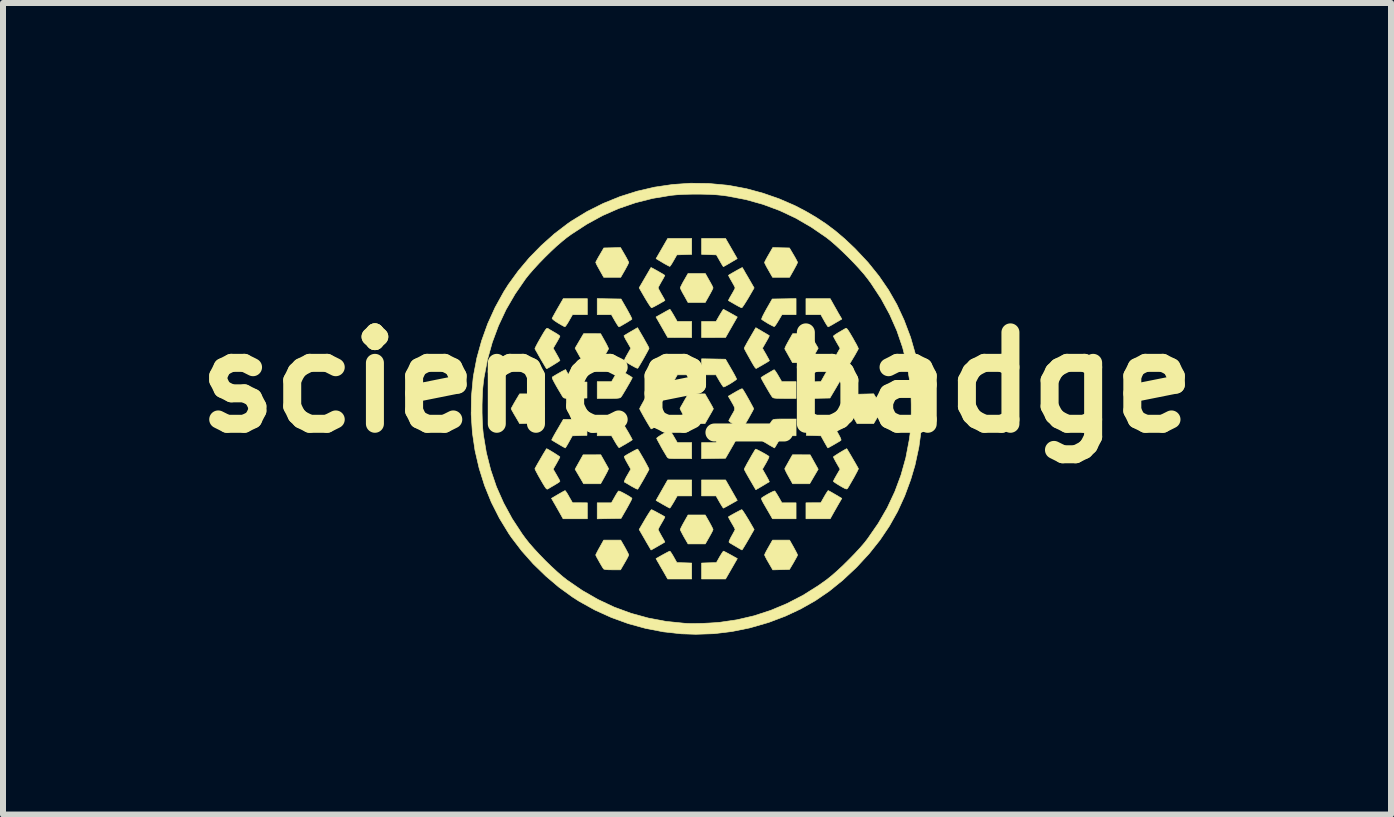
<source format=kicad_pcb>
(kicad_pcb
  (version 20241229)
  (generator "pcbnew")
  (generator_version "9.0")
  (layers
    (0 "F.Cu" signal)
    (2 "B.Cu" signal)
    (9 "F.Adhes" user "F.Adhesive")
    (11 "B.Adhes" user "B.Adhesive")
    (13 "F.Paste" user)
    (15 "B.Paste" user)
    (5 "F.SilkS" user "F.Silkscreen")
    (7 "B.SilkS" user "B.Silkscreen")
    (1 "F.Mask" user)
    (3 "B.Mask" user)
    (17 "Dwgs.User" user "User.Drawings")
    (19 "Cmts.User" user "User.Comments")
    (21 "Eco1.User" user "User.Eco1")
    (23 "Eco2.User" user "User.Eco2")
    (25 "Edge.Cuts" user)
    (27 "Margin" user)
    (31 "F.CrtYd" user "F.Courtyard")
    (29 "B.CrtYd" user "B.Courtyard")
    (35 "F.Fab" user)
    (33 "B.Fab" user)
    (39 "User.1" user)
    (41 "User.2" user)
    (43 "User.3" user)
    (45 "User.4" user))
  (footprint "science_badge"
    (layer "F.Cu")
    (at 8.571 3.326)
    (property "Reference" "science_badge" (at 0 0 0) (layer "F.SilkS") (effects (font (size 1.524 1.524) (thickness 0.3))))
    (attr through_hole)
    (fp_poly (pts (xy -0.444 -1.209) (xy -0.426 -1.181) (xy -0.402 -1.142) (xy -0.388 -1.118) (xy -0.33 -1.016) (xy -0.089 -1.016) (xy -0.089 -0.749) (xy -0.489 -0.75) (xy -0.586 -0.92) (xy -0.684 -1.091) (xy -0.57 -1.155) (xy -0.523 -1.182) (xy -0.484 -1.203) (xy -0.459 -1.216) (xy -0.452 -1.219) (xy -0.444 -1.209)) (stroke (width 0.01) (type solid)) (fill yes) (layer "F.SilkS"))
    (fp_poly (pts (xy -0.089 1.892) (xy -0.33 1.892) (xy -0.388 1.994) (xy -0.415 2.038) (xy -0.437 2.073) (xy -0.451 2.092) (xy -0.455 2.095) (xy -0.469 2.088) (xy -0.5 2.072) (xy -0.542 2.048) (xy -0.573 2.031) (xy -0.683 1.967) (xy -0.586 1.796) (xy -0.489 1.626) (xy -0.089 1.626) (xy -0.089 1.892)) (stroke (width 0.01) (type solid)) (fill yes) (layer "F.SilkS"))
    (fp_poly (pts (xy 0.276 1.626) (xy 0.476 1.626) (xy 0.574 1.797) (xy 0.671 1.967) (xy 0.558 2.031) (xy 0.51 2.058) (xy 0.471 2.079) (xy 0.446 2.093) (xy 0.439 2.095) (xy 0.431 2.085) (xy 0.413 2.058) (xy 0.389 2.018) (xy 0.375 1.994) (xy 0.317 1.892) (xy 0.076 1.892) (xy 0.076 1.626) (xy 0.276 1.626)) (stroke (width 0.01) (type solid)) (fill yes) (layer "F.SilkS"))
    (fp_poly (pts (xy 0.452 -1.213) (xy 0.482 -1.197) (xy 0.524 -1.174) (xy 0.558 -1.155) (xy 0.671 -1.091) (xy 0.573 -0.92) (xy 0.476 -0.75) (xy 0.276 -0.749) (xy 0.076 -0.749) (xy 0.076 -1.016) (xy 0.317 -1.016) (xy 0.375 -1.118) (xy 0.402 -1.162) (xy 0.423 -1.196) (xy 0.436 -1.216) (xy 0.439 -1.219) (xy 0.452 -1.213)) (stroke (width 0.01) (type solid)) (fill yes) (layer "F.SilkS"))
    (fp_poly (pts (xy -0.089 -2.135) (xy -0.212 -2.131) (xy -0.336 -2.127) (xy -0.39 -2.032) (xy -0.415 -1.989) (xy -0.437 -1.955) (xy -0.451 -1.937) (xy -0.454 -1.935) (xy -0.468 -1.94) (xy -0.499 -1.956) (xy -0.541 -1.979) (xy -0.573 -1.998) (xy -0.683 -2.064) (xy -0.586 -2.232) (xy -0.489 -2.4) (xy -0.289 -2.4) (xy -0.089 -2.4) (xy -0.089 -2.135)) (stroke (width 0.01) (type solid)) (fill yes) (layer "F.SilkS"))
    (fp_poly (pts (xy 0.276 -2.4) (xy 0.476 -2.4) (xy 0.573 -2.232) (xy 0.67 -2.064) (xy 0.557 -1.997) (xy 0.509 -1.969) (xy 0.471 -1.947) (xy 0.446 -1.934) (xy 0.439 -1.93) (xy 0.431 -1.941) (xy 0.414 -1.968) (xy 0.391 -2.008) (xy 0.379 -2.029) (xy 0.323 -2.127) (xy 0.2 -2.131) (xy 0.076 -2.135) (xy 0.076 -2.4) (xy 0.276 -2.4)) (stroke (width 0.01) (type solid)) (fill yes) (layer "F.SilkS"))
    (fp_poly (pts (xy 1.886 1.207) (xy 1.953 1.327) (xy 2.02 1.447) (xy 1.949 1.568) (xy 1.878 1.689) (xy 1.736 1.689) (xy 1.594 1.689) (xy 1.526 1.568) (xy 1.499 1.519) (xy 1.478 1.477) (xy 1.465 1.448) (xy 1.463 1.438) (xy 1.47 1.423) (xy 1.488 1.391) (xy 1.512 1.348) (xy 1.529 1.317) (xy 1.592 1.206) (xy 1.886 1.207)) (stroke (width 0.01) (type solid)) (fill yes) (layer "F.SilkS"))
    (fp_poly (pts (xy 1.949 -0.692) (xy 2.02 -0.571) (xy 1.953 -0.451) (xy 1.886 -0.331) (xy 1.739 -0.33) (xy 1.592 -0.33) (xy 1.529 -0.441) (xy 1.503 -0.488) (xy 1.48 -0.528) (xy 1.466 -0.554) (xy 1.463 -0.562) (xy 1.467 -0.576) (xy 1.481 -0.608) (xy 1.504 -0.652) (xy 1.526 -0.692) (xy 1.594 -0.812) (xy 1.878 -0.813) (xy 1.949 -0.692)) (stroke (width 0.01) (type solid)) (fill yes) (layer "F.SilkS"))
    (fp_poly (pts (xy -1.749 -0.813) (xy -1.607 -0.812) (xy -1.539 -0.691) (xy -1.512 -0.642) (xy -1.491 -0.6) (xy -1.478 -0.571) (xy -1.475 -0.561) (xy -1.483 -0.546) (xy -1.5 -0.515) (xy -1.525 -0.472) (xy -1.542 -0.441) (xy -1.605 -0.33) (xy -1.752 -0.33) (xy -1.899 -0.331) (xy -1.966 -0.451) (xy -2.033 -0.571) (xy -1.962 -0.692) (xy -1.891 -0.813) (xy -1.749 -0.813)) (stroke (width 0.01) (type solid)) (fill yes) (layer "F.SilkS"))
    (fp_poly (pts (xy -1.542 1.317) (xy -1.515 1.365) (xy -1.493 1.404) (xy -1.479 1.43) (xy -1.475 1.437) (xy -1.48 1.452) (xy -1.494 1.483) (xy -1.517 1.527) (xy -1.539 1.568) (xy -1.607 1.689) (xy -1.749 1.689) (xy -1.891 1.689) (xy -1.962 1.568) (xy -2.033 1.447) (xy -1.966 1.327) (xy -1.899 1.207) (xy -1.752 1.207) (xy -1.605 1.206) (xy -1.542 1.317)) (stroke (width 0.01) (type solid)) (fill yes) (layer "F.SilkS"))
    (fp_poly (pts (xy 2.293 -1.267) (xy 2.325 -1.211) (xy 2.354 -1.159) (xy 2.378 -1.118) (xy 2.391 -1.096) (xy 2.414 -1.056) (xy 2.304 -0.992) (xy 2.257 -0.964) (xy 2.219 -0.943) (xy 2.193 -0.93) (xy 2.186 -0.927) (xy 2.177 -0.937) (xy 2.158 -0.965) (xy 2.134 -1.005) (xy 2.121 -1.028) (xy 2.064 -1.13) (xy 1.816 -1.13) (xy 1.816 -1.397) (xy 2.22 -1.397) (xy 2.293 -1.267)) (stroke (width 0.01) (type solid)) (fill yes) (layer "F.SilkS"))
    (fp_poly (pts (xy -2.19 1.814) (xy -2.171 1.841) (xy -2.147 1.881) (xy -2.134 1.905) (xy -2.076 2.006) (xy -1.953 2.006) (xy -1.829 2.007) (xy -1.829 2.273) (xy -2.233 2.273) (xy -2.306 2.143) (xy -2.338 2.087) (xy -2.367 2.036) (xy -2.391 1.995) (xy -2.403 1.973) (xy -2.427 1.933) (xy -2.317 1.868) (xy -2.27 1.841) (xy -2.231 1.819) (xy -2.206 1.806) (xy -2.199 1.803) (xy -2.19 1.814)) (stroke (width 0.01) (type solid)) (fill yes) (layer "F.SilkS"))
    (fp_poly (pts (xy 2.2 1.809) (xy 2.231 1.826) (xy 2.273 1.85) (xy 2.304 1.868) (xy 2.414 1.933) (xy 2.391 1.973) (xy 2.375 2) (xy 2.35 2.043) (xy 2.32 2.096) (xy 2.293 2.143) (xy 2.22 2.273) (xy 1.816 2.273) (xy 1.816 2.007) (xy 1.94 2.006) (xy 2.064 2.006) (xy 2.121 1.905) (xy 2.147 1.86) (xy 2.169 1.826) (xy 2.183 1.806) (xy 2.186 1.803) (xy 2.2 1.809)) (stroke (width 0.01) (type solid)) (fill yes) (layer "F.SilkS"))
    (fp_poly (pts (xy -0.443 2.823) (xy -0.424 2.851) (xy -0.4 2.89) (xy -0.39 2.908) (xy -0.336 3.004) (xy -0.212 3.007) (xy -0.089 3.011) (xy -0.089 3.277) (xy -0.289 3.277) (xy -0.489 3.277) (xy -0.552 3.166) (xy -0.584 3.111) (xy -0.616 3.056) (xy -0.641 3.011) (xy -0.65 2.997) (xy -0.684 2.937) (xy -0.574 2.875) (xy -0.526 2.849) (xy -0.487 2.828) (xy -0.461 2.816) (xy -0.454 2.813) (xy -0.443 2.823)) (stroke (width 0.01) (type solid)) (fill yes) (layer "F.SilkS"))
    (fp_poly (pts (xy 0.456 2.819) (xy 0.487 2.835) (xy 0.53 2.858) (xy 0.561 2.875) (xy 0.672 2.937) (xy 0.637 2.997) (xy 0.616 3.034) (xy 0.586 3.086) (xy 0.554 3.142) (xy 0.54 3.166) (xy 0.476 3.277) (xy 0.276 3.277) (xy 0.076 3.277) (xy 0.076 3.011) (xy 0.2 3.007) (xy 0.323 3.004) (xy 0.377 2.908) (xy 0.403 2.865) (xy 0.424 2.832) (xy 0.438 2.815) (xy 0.441 2.813) (xy 0.456 2.819)) (stroke (width 0.01) (type solid)) (fill yes) (layer "F.SilkS"))
    (fp_poly (pts (xy -1.835 0.883) (xy -2.079 0.89) (xy -2.135 0.991) (xy -2.16 1.035) (xy -2.181 1.07) (xy -2.194 1.089) (xy -2.197 1.092) (xy -2.21 1.085) (xy -2.24 1.069) (xy -2.281 1.045) (xy -2.311 1.027) (xy -2.357 1) (xy -2.395 0.977) (xy -2.418 0.963) (xy -2.423 0.959) (xy -2.418 0.948) (xy -2.403 0.918) (xy -2.379 0.874) (xy -2.348 0.82) (xy -2.328 0.786) (xy -2.229 0.616) (xy -1.835 0.616) (xy -1.835 0.883)) (stroke (width 0.01) (type solid)) (fill yes) (layer "F.SilkS"))
    (fp_poly (pts (xy -1.829 -1.13) (xy -2.076 -1.13) (xy -2.134 -1.028) (xy -2.16 -0.984) (xy -2.183 -0.95) (xy -2.199 -0.931) (xy -2.203 -0.928) (xy -2.219 -0.935) (xy -2.251 -0.952) (xy -2.294 -0.977) (xy -2.318 -0.991) (xy -2.361 -1.019) (xy -2.395 -1.044) (xy -2.413 -1.062) (xy -2.416 -1.068) (xy -2.408 -1.084) (xy -2.39 -1.117) (xy -2.364 -1.164) (xy -2.333 -1.219) (xy -2.321 -1.24) (xy -2.23 -1.397) (xy -1.829 -1.397) (xy -1.829 -1.13)) (stroke (width 0.01) (type solid)) (fill yes) (layer "F.SilkS"))
    (fp_poly (pts (xy 0.202 2.324) (xy 0.229 2.373) (xy 0.25 2.414) (xy 0.264 2.443) (xy 0.267 2.453) (xy 0.261 2.469) (xy 0.245 2.502) (xy 0.221 2.546) (xy 0.202 2.58) (xy 0.138 2.692) (xy -0.15 2.692) (xy -0.215 2.58) (xy -0.242 2.531) (xy -0.263 2.49) (xy -0.277 2.462) (xy -0.279 2.453) (xy -0.273 2.436) (xy -0.257 2.403) (xy -0.234 2.359) (xy -0.214 2.324) (xy -0.15 2.21) (xy 0.137 2.21) (xy 0.202 2.324)) (stroke (width 0.01) (type solid)) (fill yes) (layer "F.SilkS"))
    (fp_poly (pts (xy 0.202 -1.703) (xy 0.229 -1.655) (xy 0.251 -1.614) (xy 0.264 -1.585) (xy 0.267 -1.576) (xy 0.261 -1.56) (xy 0.245 -1.527) (xy 0.221 -1.482) (xy 0.202 -1.448) (xy 0.137 -1.333) (xy -0.15 -1.333) (xy -0.214 -1.448) (xy -0.242 -1.497) (xy -0.263 -1.538) (xy -0.276 -1.567) (xy -0.279 -1.576) (xy -0.273 -1.593) (xy -0.257 -1.626) (xy -0.234 -1.67) (xy -0.215 -1.703) (xy -0.15 -1.816) (xy 0.138 -1.816) (xy 0.202 -1.703)) (stroke (width 0.01) (type solid)) (fill yes) (layer "F.SilkS"))
    (fp_poly (pts (xy 0.203 0.312) (xy 0.231 0.361) (xy 0.254 0.402) (xy 0.268 0.43) (xy 0.272 0.44) (xy 0.266 0.453) (xy 0.249 0.484) (xy 0.225 0.526) (xy 0.202 0.566) (xy 0.133 0.686) (xy -0.146 0.686) (xy -0.216 0.564) (xy -0.244 0.515) (xy -0.266 0.473) (xy -0.28 0.445) (xy -0.284 0.434) (xy -0.277 0.42) (xy -0.26 0.389) (xy -0.235 0.346) (xy -0.214 0.308) (xy -0.146 0.191) (xy 0.133 0.191) (xy 0.203 0.312)) (stroke (width 0.01) (type solid)) (fill yes) (layer "F.SilkS"))
    (fp_poly (pts (xy 0.462 0.806) (xy 0.494 0.823) (xy 0.534 0.845) (xy 0.577 0.871) (xy 0.616 0.896) (xy 0.645 0.917) (xy 0.66 0.93) (xy 0.66 0.932) (xy 0.654 0.947) (xy 0.637 0.98) (xy 0.612 1.027) (xy 0.58 1.082) (xy 0.567 1.105) (xy 0.475 1.264) (xy 0.076 1.271) (xy 0.076 1.003) (xy 0.315 1.003) (xy 0.374 0.902) (xy 0.401 0.857) (xy 0.423 0.823) (xy 0.439 0.803) (xy 0.443 0.8) (xy 0.462 0.806)) (stroke (width 0.01) (type solid)) (fill yes) (layer "F.SilkS"))
    (fp_poly (pts (xy 1.543 2.629) (xy 1.61 2.747) (xy 1.637 2.797) (xy 1.659 2.839) (xy 1.673 2.868) (xy 1.676 2.878) (xy 1.67 2.893) (xy 1.653 2.925) (xy 1.629 2.968) (xy 1.609 3.004) (xy 1.541 3.118) (xy 1.263 3.125) (xy 1.195 3.008) (xy 1.166 2.958) (xy 1.144 2.916) (xy 1.13 2.887) (xy 1.126 2.876) (xy 1.132 2.859) (xy 1.148 2.826) (xy 1.172 2.782) (xy 1.193 2.745) (xy 1.259 2.629) (xy 1.543 2.629)) (stroke (width 0.01) (type solid)) (fill yes) (layer "F.SilkS"))
    (fp_poly (pts (xy 2.315 0.786) (xy 2.354 0.855) (xy 2.381 0.905) (xy 2.396 0.938) (xy 2.401 0.958) (xy 2.398 0.967) (xy 2.376 0.981) (xy 2.342 1.001) (xy 2.301 1.025) (xy 2.258 1.05) (xy 2.22 1.071) (xy 2.193 1.086) (xy 2.182 1.092) (xy 2.174 1.082) (xy 2.158 1.054) (xy 2.135 1.014) (xy 2.122 0.991) (xy 2.066 0.89) (xy 1.944 0.886) (xy 1.822 0.883) (xy 1.822 0.616) (xy 2.215 0.616) (xy 2.315 0.786)) (stroke (width 0.01) (type solid)) (fill yes) (layer "F.SilkS"))
    (fp_poly (pts (xy -1.293 1.813) (xy -1.263 1.826) (xy -1.224 1.846) (xy -1.18 1.87) (xy -1.139 1.894) (xy -1.106 1.915) (xy -1.087 1.929) (xy -1.085 1.931) (xy -1.089 1.945) (xy -1.104 1.977) (xy -1.128 2.022) (xy -1.158 2.077) (xy -1.173 2.104) (xy -1.267 2.267) (xy -1.465 2.27) (xy -1.664 2.274) (xy -1.664 2.007) (xy -1.427 2.007) (xy -1.373 1.912) (xy -1.348 1.868) (xy -1.326 1.833) (xy -1.311 1.812) (xy -1.308 1.81) (xy -1.293 1.813)) (stroke (width 0.01) (type solid)) (fill yes) (layer "F.SilkS"))
    (fp_poly (pts (xy -0.089 -0.127) (xy -0.328 -0.127) (xy -0.387 -0.025) (xy -0.414 0.019) (xy -0.438 0.053) (xy -0.456 0.072) (xy -0.461 0.075) (xy -0.478 0.068) (xy -0.511 0.052) (xy -0.555 0.028) (xy -0.575 0.017) (xy -0.618 -0.01) (xy -0.652 -0.034) (xy -0.671 -0.051) (xy -0.673 -0.055) (xy -0.667 -0.071) (xy -0.65 -0.104) (xy -0.624 -0.151) (xy -0.593 -0.206) (xy -0.58 -0.229) (xy -0.487 -0.387) (xy -0.288 -0.391) (xy -0.089 -0.394) (xy -0.089 -0.127)) (stroke (width 0.01) (type solid)) (fill yes) (layer "F.SilkS"))
    (fp_poly (pts (xy 0.275 -0.391) (xy 0.475 -0.387) (xy 0.567 -0.229) (xy 0.6 -0.171) (xy 0.628 -0.121) (xy 0.648 -0.082) (xy 0.659 -0.059) (xy 0.66 -0.055) (xy 0.65 -0.044) (xy 0.623 -0.025) (xy 0.586 -0.000249) (xy 0.544 0.026) (xy 0.502 0.049) (xy 0.468 0.067) (xy 0.446 0.076) (xy 0.443 0.076) (xy 0.433 0.066) (xy 0.413 0.038) (xy 0.388 -0.002) (xy 0.374 -0.025) (xy 0.315 -0.127) (xy 0.076 -0.127) (xy 0.076 -0.394) (xy 0.275 -0.391)) (stroke (width 0.01) (type solid)) (fill yes) (layer "F.SilkS"))
    (fp_poly (pts (xy 1.651 -1.13) (xy 1.416 -1.13) (xy 1.359 -1.033) (xy 1.332 -0.989) (xy 1.309 -0.954) (xy 1.293 -0.935) (xy 1.289 -0.932) (xy 1.273 -0.936) (xy 1.241 -0.952) (xy 1.2 -0.974) (xy 1.182 -0.984) (xy 1.138 -1.011) (xy 1.102 -1.034) (xy 1.08 -1.049) (xy 1.077 -1.052) (xy 1.079 -1.066) (xy 1.092 -1.099) (xy 1.116 -1.146) (xy 1.147 -1.204) (xy 1.16 -1.227) (xy 1.254 -1.391) (xy 1.453 -1.394) (xy 1.651 -1.398) (xy 1.651 -1.13)) (stroke (width 0.01) (type solid)) (fill yes) (layer "F.SilkS"))
    (fp_poly (pts (xy -1.207 -2.131) (xy -1.179 -2.082) (xy -1.157 -2.04) (xy -1.142 -2.01) (xy -1.139 -2) (xy -1.145 -1.983) (xy -1.161 -1.95) (xy -1.185 -1.906) (xy -1.205 -1.869) (xy -1.272 -1.753) (xy -1.414 -1.753) (xy -1.556 -1.753) (xy -1.622 -1.871) (xy -1.65 -1.921) (xy -1.672 -1.962) (xy -1.685 -1.991) (xy -1.689 -2.001) (xy -1.683 -2.016) (xy -1.666 -2.048) (xy -1.642 -2.092) (xy -1.621 -2.127) (xy -1.554 -2.242) (xy -1.415 -2.245) (xy -1.276 -2.249) (xy -1.207 -2.131)) (stroke (width 0.01) (type solid)) (fill yes) (layer "F.SilkS"))
    (fp_poly (pts (xy 1.295 1.81) (xy 1.306 1.823) (xy 1.326 1.854) (xy 1.351 1.895) (xy 1.361 1.912) (xy 1.415 2.007) (xy 1.651 2.007) (xy 1.651 2.273) (xy 1.258 2.273) (xy 1.205 2.181) (xy 1.173 2.126) (xy 1.139 2.067) (xy 1.11 2.017) (xy 1.109 2.015) (xy 1.088 1.976) (xy 1.075 1.946) (xy 1.073 1.931) (xy 1.087 1.919) (xy 1.118 1.899) (xy 1.158 1.875) (xy 1.201 1.851) (xy 1.242 1.83) (xy 1.275 1.815) (xy 1.294 1.809) (xy 1.295 1.81)) (stroke (width 0.01) (type solid)) (fill yes) (layer "F.SilkS"))
    (fp_poly (pts (xy 1.402 -2.245) (xy 1.541 -2.242) (xy 1.609 -2.127) (xy 1.637 -2.079) (xy 1.659 -2.038) (xy 1.673 -2.01) (xy 1.676 -2.001) (xy 1.67 -1.986) (xy 1.655 -1.954) (xy 1.631 -1.91) (xy 1.61 -1.871) (xy 1.543 -1.753) (xy 1.401 -1.753) (xy 1.259 -1.753) (xy 1.193 -1.869) (xy 1.165 -1.918) (xy 1.143 -1.96) (xy 1.129 -1.989) (xy 1.126 -2) (xy 1.132 -2.016) (xy 1.149 -2.049) (xy 1.173 -2.093) (xy 1.195 -2.131) (xy 1.263 -2.249) (xy 1.402 -2.245)) (stroke (width 0.01) (type solid)) (fill yes) (layer "F.SilkS"))
    (fp_poly (pts (xy 3.016 0.309) (xy 3.044 0.359) (xy 3.067 0.4) (xy 3.082 0.428) (xy 3.086 0.438) (xy 3.08 0.451) (xy 3.064 0.482) (xy 3.039 0.525) (xy 3.016 0.566) (xy 2.945 0.686) (xy 2.668 0.686) (xy 2.615 0.594) (xy 2.588 0.546) (xy 2.563 0.504) (xy 2.546 0.474) (xy 2.543 0.47) (xy 2.536 0.454) (xy 2.535 0.438) (xy 2.541 0.417) (xy 2.556 0.386) (xy 2.582 0.34) (xy 2.595 0.317) (xy 2.664 0.197) (xy 2.945 0.19) (xy 3.016 0.309)) (stroke (width 0.01) (type solid)) (fill yes) (layer "F.SilkS"))
    (fp_poly (pts (xy -2.628 0.283) (xy -2.6 0.33) (xy -2.576 0.372) (xy -2.559 0.402) (xy -2.556 0.407) (xy -2.549 0.422) (xy -2.547 0.438) (xy -2.553 0.459) (xy -2.568 0.49) (xy -2.594 0.537) (xy -2.607 0.559) (xy -2.677 0.679) (xy -2.817 0.683) (xy -2.957 0.687) (xy -3.028 0.566) (xy -3.057 0.517) (xy -3.08 0.476) (xy -3.095 0.448) (xy -3.099 0.438) (xy -3.093 0.424) (xy -3.076 0.393) (xy -3.052 0.35) (xy -3.029 0.31) (xy -2.958 0.191) (xy -2.681 0.191) (xy -2.628 0.283)) (stroke (width 0.01) (type solid)) (fill yes) (layer "F.SilkS"))
    (fp_poly (pts (xy -1.465 -1.394) (xy -1.267 -1.391) (xy -1.173 -1.228) (xy -1.141 -1.17) (xy -1.114 -1.12) (xy -1.095 -1.081) (xy -1.086 -1.059) (xy -1.085 -1.055) (xy -1.098 -1.045) (xy -1.127 -1.027) (xy -1.165 -1.003) (xy -1.208 -0.978) (xy -1.249 -0.954) (xy -1.281 -0.936) (xy -1.3 -0.927) (xy -1.301 -0.927) (xy -1.311 -0.937) (xy -1.329 -0.961) (xy -1.337 -0.975) (xy -1.363 -1.017) (xy -1.39 -1.064) (xy -1.397 -1.076) (xy -1.427 -1.13) (xy -1.664 -1.13) (xy -1.664 -1.398) (xy -1.465 -1.394)) (stroke (width 0.01) (type solid)) (fill yes) (layer "F.SilkS"))
    (fp_poly (pts (xy -1.401 0.61) (xy -1.347 0.611) (xy -1.311 0.614) (xy -1.288 0.619) (xy -1.274 0.626) (xy -1.268 0.632) (xy -1.255 0.65) (xy -1.234 0.684) (xy -1.207 0.729) (xy -1.177 0.78) (xy -1.146 0.832) (xy -1.119 0.88) (xy -1.097 0.92) (xy -1.083 0.947) (xy -1.079 0.956) (xy -1.091 0.965) (xy -1.123 0.986) (xy -1.175 1.017) (xy -1.246 1.058) (xy -1.298 1.088) (xy -1.308 1.08) (xy -1.327 1.054) (xy -1.351 1.016) (xy -1.366 0.991) (xy -1.425 0.889) (xy -1.664 0.889) (xy -1.664 0.61) (xy -1.475 0.61) (xy -1.401 0.61)) (stroke (width 0.01) (type solid)) (fill yes) (layer "F.SilkS"))
    (fp_poly (pts (xy -1.216 -0.165) (xy -1.153 -0.128) (xy -1.108 -0.101) (xy -1.084 -0.084) (xy -1.079 -0.079) (xy -1.086 -0.065) (xy -1.102 -0.034) (xy -1.126 0.009) (xy -1.155 0.059) (xy -1.185 0.111) (xy -1.215 0.161) (xy -1.24 0.203) (xy -1.26 0.233) (xy -1.268 0.244) (xy -1.278 0.253) (xy -1.295 0.259) (xy -1.321 0.263) (xy -1.362 0.266) (xy -1.422 0.267) (xy -1.475 0.267) (xy -1.664 0.267) (xy -1.664 -0.013) (xy -1.425 -0.013) (xy -1.366 -0.115) (xy -1.339 -0.159) (xy -1.317 -0.192) (xy -1.302 -0.21) (xy -1.298 -0.212) (xy -1.216 -0.165)) (stroke (width 0.01) (type solid)) (fill yes) (layer "F.SilkS"))
    (fp_poly (pts (xy 1.295 -0.204) (xy 1.314 -0.178) (xy 1.339 -0.139) (xy 1.353 -0.115) (xy 1.412 -0.013) (xy 1.651 -0.013) (xy 1.651 0.267) (xy 1.462 0.267) (xy 1.388 0.266) (xy 1.335 0.265) (xy 1.299 0.262) (xy 1.276 0.258) (xy 1.262 0.251) (xy 1.255 0.244) (xy 1.242 0.226) (xy 1.221 0.193) (xy 1.194 0.148) (xy 1.164 0.097) (xy 1.134 0.045) (xy 1.106 -0.004) (xy 1.084 -0.044) (xy 1.07 -0.071) (xy 1.067 -0.079) (xy 1.078 -0.089) (xy 1.11 -0.11) (xy 1.162 -0.141) (xy 1.233 -0.182) (xy 1.285 -0.212) (xy 1.295 -0.204)) (stroke (width 0.01) (type solid)) (fill yes) (layer "F.SilkS"))
    (fp_poly (pts (xy -1.205 2.745) (xy -1.178 2.795) (xy -1.156 2.837) (xy -1.142 2.866) (xy -1.139 2.876) (xy -1.145 2.892) (xy -1.161 2.925) (xy -1.185 2.969) (xy -1.207 3.007) (xy -1.275 3.124) (xy -1.411 3.124) (xy -1.482 3.123) (xy -1.529 3.119) (xy -1.554 3.112) (xy -1.558 3.108) (xy -1.573 3.087) (xy -1.594 3.052) (xy -1.619 3.009) (xy -1.644 2.964) (xy -1.667 2.923) (xy -1.683 2.892) (xy -1.689 2.877) (xy -1.689 2.876) (xy -1.683 2.862) (xy -1.667 2.83) (xy -1.644 2.786) (xy -1.622 2.747) (xy -1.556 2.629) (xy -1.414 2.629) (xy -1.272 2.629) (xy -1.205 2.745)) (stroke (width 0.01) (type solid)) (fill yes) (layer "F.SilkS"))
    (fp_poly (pts (xy -0.445 0.81) (xy -0.426 0.838) (xy -0.401 0.878) (xy -0.387 0.902) (xy -0.328 1.003) (xy -0.089 1.003) (xy -0.089 1.27) (xy -0.285 1.27) (xy -0.36 1.27) (xy -0.414 1.269) (xy -0.45 1.267) (xy -0.473 1.263) (xy -0.487 1.257) (xy -0.495 1.248) (xy -0.5 1.241) (xy -0.527 1.196) (xy -0.558 1.144) (xy -0.59 1.089) (xy -0.619 1.035) (xy -0.645 0.988) (xy -0.664 0.952) (xy -0.673 0.932) (xy -0.673 0.93) (xy -0.663 0.92) (xy -0.636 0.9) (xy -0.599 0.876) (xy -0.556 0.851) (xy -0.515 0.827) (xy -0.48 0.809) (xy -0.459 0.8) (xy -0.456 0.8) (xy -0.445 0.81)) (stroke (width 0.01) (type solid)) (fill yes) (layer "F.SilkS"))
    (fp_poly (pts (xy 1.651 0.889) (xy 1.412 0.889) (xy 1.353 0.991) (xy 1.327 1.035) (xy 1.307 1.069) (xy 1.294 1.089) (xy 1.292 1.092) (xy 1.28 1.086) (xy 1.252 1.07) (xy 1.211 1.047) (xy 1.185 1.031) (xy 1.139 1.004) (xy 1.101 0.981) (xy 1.078 0.966) (xy 1.072 0.962) (xy 1.076 0.949) (xy 1.089 0.919) (xy 1.111 0.877) (xy 1.137 0.827) (xy 1.167 0.774) (xy 1.196 0.723) (xy 1.223 0.678) (xy 1.245 0.645) (xy 1.255 0.632) (xy 1.265 0.623) (xy 1.282 0.617) (xy 1.309 0.613) (xy 1.35 0.611) (xy 1.409 0.61) (xy 1.462 0.61) (xy 1.651 0.61) (xy 1.651 0.889)) (stroke (width 0.01) (type solid)) (fill yes) (layer "F.SilkS"))
    (fp_poly (pts (xy -2.184 -0.202) (xy -2.168 -0.172) (xy -2.145 -0.132) (xy -2.133 -0.112) (xy -2.078 -0.014) (xy -1.957 -0.01) (xy -1.835 -0.006) (xy -1.835 0.26) (xy -2.028 0.264) (xy -2.102 0.265) (xy -2.155 0.265) (xy -2.19 0.264) (xy -2.213 0.26) (xy -2.226 0.254) (xy -2.235 0.245) (xy -2.24 0.238) (xy -2.253 0.217) (xy -2.276 0.178) (xy -2.306 0.128) (xy -2.339 0.072) (xy -2.343 0.065) (xy -2.378 0.002) (xy -2.401 -0.042) (xy -2.413 -0.071) (xy -2.414 -0.087) (xy -2.411 -0.091) (xy -2.38 -0.11) (xy -2.34 -0.134) (xy -2.296 -0.159) (xy -2.254 -0.183) (xy -2.219 -0.201) (xy -2.197 -0.212) (xy -2.192 -0.214) (xy -2.184 -0.202)) (stroke (width 0.01) (type solid)) (fill yes) (layer "F.SilkS"))
    (fp_poly (pts (xy 2.191 -0.21) (xy 2.218 -0.196) (xy 2.257 -0.175) (xy 2.3 -0.15) (xy 2.342 -0.124) (xy 2.379 -0.101) (xy 2.404 -0.084) (xy 2.412 -0.077) (xy 2.406 -0.064) (xy 2.388 -0.033) (xy 2.363 0.011) (xy 2.331 0.066) (xy 2.314 0.095) (xy 2.216 0.26) (xy 2.022 0.264) (xy 1.945 0.265) (xy 1.889 0.264) (xy 1.853 0.262) (xy 1.831 0.258) (xy 1.822 0.251) (xy 1.822 0.25) (xy 1.819 0.231) (xy 1.818 0.192) (xy 1.818 0.142) (xy 1.819 0.113) (xy 1.822 -0.006) (xy 1.944 -0.01) (xy 2.066 -0.014) (xy 2.121 -0.112) (xy 2.146 -0.156) (xy 2.165 -0.191) (xy 2.177 -0.211) (xy 2.179 -0.214) (xy 2.191 -0.21)) (stroke (width 0.01) (type solid)) (fill yes) (layer "F.SilkS"))
    (fp_poly (pts (xy 1.09 -0.848) (xy 1.137 -0.821) (xy 1.175 -0.798) (xy 1.199 -0.784) (xy 1.205 -0.78) (xy 1.201 -0.768) (xy 1.187 -0.739) (xy 1.165 -0.699) (xy 1.15 -0.673) (xy 1.091 -0.57) (xy 1.149 -0.47) (xy 1.174 -0.425) (xy 1.194 -0.389) (xy 1.205 -0.368) (xy 1.206 -0.364) (xy 1.196 -0.355) (xy 1.165 -0.335) (xy 1.117 -0.307) (xy 1.053 -0.27) (xy 0.988 -0.233) (xy 0.976 -0.238) (xy 0.961 -0.257) (xy 0.937 -0.296) (xy 0.909 -0.344) (xy 0.879 -0.398) (xy 0.849 -0.451) (xy 0.822 -0.5) (xy 0.801 -0.539) (xy 0.789 -0.564) (xy 0.787 -0.57) (xy 0.793 -0.585) (xy 0.81 -0.617) (xy 0.835 -0.663) (xy 0.867 -0.719) (xy 0.884 -0.748) (xy 0.98 -0.913) (xy 1.09 -0.848)) (stroke (width 0.01) (type solid)) (fill yes) (layer "F.SilkS"))
    (fp_poly (pts (xy -0.896 -0.748) (xy -0.863 -0.689) (xy -0.834 -0.638) (xy -0.813 -0.599) (xy -0.802 -0.575) (xy -0.8 -0.57) (xy -0.806 -0.556) (xy -0.822 -0.524) (xy -0.846 -0.48) (xy -0.874 -0.429) (xy -0.904 -0.376) (xy -0.934 -0.325) (xy -0.96 -0.281) (xy -0.979 -0.25) (xy -0.989 -0.236) (xy -0.99 -0.236) (xy -1.003 -0.239) (xy -1.034 -0.253) (xy -1.076 -0.276) (xy -1.101 -0.29) (xy -1.147 -0.317) (xy -1.185 -0.339) (xy -1.208 -0.354) (xy -1.213 -0.358) (xy -1.211 -0.372) (xy -1.198 -0.402) (xy -1.176 -0.443) (xy -1.162 -0.468) (xy -1.104 -0.57) (xy -1.163 -0.673) (xy -1.189 -0.717) (xy -1.207 -0.753) (xy -1.217 -0.775) (xy -1.218 -0.779) (xy -1.205 -0.787) (xy -1.176 -0.805) (xy -1.134 -0.83) (xy -1.103 -0.848) (xy -0.992 -0.913) (xy -0.896 -0.748)) (stroke (width 0.01) (type solid)) (fill yes) (layer "F.SilkS"))
    (fp_poly (pts (xy 0.99 1.116) (xy 1.019 1.13) (xy 1.058 1.15) (xy 1.102 1.174) (xy 1.143 1.197) (xy 1.177 1.218) (xy 1.198 1.232) (xy 1.2 1.234) (xy 1.198 1.248) (xy 1.185 1.278) (xy 1.163 1.32) (xy 1.15 1.344) (xy 1.091 1.446) (xy 1.15 1.549) (xy 1.175 1.594) (xy 1.194 1.63) (xy 1.204 1.652) (xy 1.205 1.656) (xy 1.193 1.664) (xy 1.163 1.681) (xy 1.122 1.706) (xy 1.09 1.725) (xy 0.98 1.789) (xy 0.884 1.624) (xy 0.85 1.565) (xy 0.821 1.514) (xy 0.8 1.475) (xy 0.789 1.451) (xy 0.787 1.447) (xy 0.793 1.432) (xy 0.81 1.4) (xy 0.833 1.356) (xy 0.862 1.305) (xy 0.892 1.252) (xy 0.921 1.201) (xy 0.947 1.158) (xy 0.966 1.126) (xy 0.977 1.112) (xy 0.977 1.112) (xy 0.99 1.116)) (stroke (width 0.01) (type solid)) (fill yes) (layer "F.SilkS"))
    (fp_poly (pts (xy -0.756 -1.911) (xy -0.729 -1.897) (xy -0.691 -1.876) (xy -0.648 -1.852) (xy -0.605 -1.827) (xy -0.569 -1.806) (xy -0.544 -1.79) (xy -0.537 -1.785) (xy -0.542 -1.774) (xy -0.556 -1.746) (xy -0.579 -1.706) (xy -0.591 -1.686) (xy -0.616 -1.641) (xy -0.636 -1.604) (xy -0.647 -1.581) (xy -0.648 -1.576) (xy -0.642 -1.561) (xy -0.625 -1.529) (xy -0.602 -1.487) (xy -0.59 -1.466) (xy -0.565 -1.423) (xy -0.546 -1.389) (xy -0.536 -1.369) (xy -0.536 -1.366) (xy -0.561 -1.35) (xy -0.599 -1.329) (xy -0.642 -1.304) (xy -0.686 -1.28) (xy -0.724 -1.26) (xy -0.75 -1.248) (xy -0.759 -1.245) (xy -0.769 -1.255) (xy -0.79 -1.284) (xy -0.818 -1.327) (xy -0.851 -1.381) (xy -0.869 -1.411) (xy -0.965 -1.577) (xy -0.868 -1.744) (xy -0.834 -1.802) (xy -0.805 -1.852) (xy -0.783 -1.89) (xy -0.77 -1.912) (xy -0.768 -1.916) (xy -0.756 -1.911)) (stroke (width 0.01) (type solid)) (fill yes) (layer "F.SilkS"))
    (fp_poly (pts (xy -0.744 2.127) (xy -0.714 2.142) (xy -0.674 2.163) (xy -0.63 2.187) (xy -0.588 2.21) (xy -0.555 2.229) (xy -0.536 2.241) (xy -0.536 2.242) (xy -0.54 2.253) (xy -0.555 2.282) (xy -0.577 2.321) (xy -0.59 2.343) (xy -0.616 2.388) (xy -0.636 2.425) (xy -0.646 2.448) (xy -0.648 2.453) (xy -0.642 2.468) (xy -0.625 2.5) (xy -0.602 2.542) (xy -0.591 2.562) (xy -0.566 2.605) (xy -0.547 2.639) (xy -0.538 2.659) (xy -0.537 2.662) (xy -0.549 2.669) (xy -0.576 2.686) (xy -0.615 2.708) (xy -0.658 2.733) (xy -0.7 2.757) (xy -0.736 2.777) (xy -0.76 2.79) (xy -0.766 2.794) (xy -0.773 2.783) (xy -0.79 2.754) (xy -0.815 2.711) (xy -0.847 2.657) (xy -0.866 2.623) (xy -0.965 2.452) (xy -0.868 2.286) (xy -0.834 2.229) (xy -0.803 2.18) (xy -0.779 2.143) (xy -0.763 2.124) (xy -0.759 2.121) (xy -0.744 2.127)) (stroke (width 0.01) (type solid)) (fill yes) (layer "F.SilkS"))
    (fp_poly (pts (xy 0.757 2.131) (xy 0.777 2.16) (xy 0.805 2.203) (xy 0.838 2.257) (xy 0.856 2.286) (xy 0.952 2.452) (xy 0.854 2.623) (xy 0.82 2.681) (xy 0.79 2.731) (xy 0.767 2.768) (xy 0.753 2.789) (xy 0.749 2.793) (xy 0.736 2.786) (xy 0.707 2.77) (xy 0.666 2.746) (xy 0.648 2.735) (xy 0.603 2.709) (xy 0.565 2.686) (xy 0.541 2.672) (xy 0.537 2.669) (xy 0.533 2.657) (xy 0.542 2.631) (xy 0.563 2.587) (xy 0.578 2.56) (xy 0.603 2.515) (xy 0.623 2.478) (xy 0.634 2.455) (xy 0.635 2.451) (xy 0.629 2.436) (xy 0.613 2.405) (xy 0.589 2.363) (xy 0.577 2.343) (xy 0.552 2.299) (xy 0.533 2.265) (xy 0.524 2.245) (xy 0.523 2.242) (xy 0.541 2.23) (xy 0.574 2.211) (xy 0.615 2.188) (xy 0.659 2.164) (xy 0.699 2.143) (xy 0.73 2.127) (xy 0.746 2.121) (xy 0.746 2.121) (xy 0.757 2.131)) (stroke (width 0.01) (type solid)) (fill yes) (layer "F.SilkS"))
    (fp_poly (pts (xy 0.762 -1.904) (xy 0.78 -1.874) (xy 0.805 -1.829) (xy 0.837 -1.775) (xy 0.855 -1.744) (xy 0.952 -1.576) (xy 0.856 -1.41) (xy 0.821 -1.353) (xy 0.79 -1.304) (xy 0.765 -1.267) (xy 0.749 -1.247) (xy 0.745 -1.245) (xy 0.728 -1.251) (xy 0.695 -1.267) (xy 0.652 -1.291) (xy 0.629 -1.304) (xy 0.584 -1.33) (xy 0.548 -1.351) (xy 0.527 -1.363) (xy 0.523 -1.366) (xy 0.528 -1.377) (xy 0.542 -1.405) (xy 0.565 -1.445) (xy 0.577 -1.466) (xy 0.603 -1.511) (xy 0.623 -1.548) (xy 0.634 -1.572) (xy 0.635 -1.576) (xy 0.629 -1.592) (xy 0.613 -1.624) (xy 0.589 -1.666) (xy 0.578 -1.686) (xy 0.553 -1.729) (xy 0.535 -1.763) (xy 0.525 -1.783) (xy 0.524 -1.785) (xy 0.539 -1.796) (xy 0.57 -1.814) (xy 0.609 -1.837) (xy 0.653 -1.862) (xy 0.695 -1.885) (xy 0.729 -1.903) (xy 0.751 -1.914) (xy 0.755 -1.916) (xy 0.762 -1.904)) (stroke (width 0.01) (type solid)) (fill yes) (layer "F.SilkS"))
    (fp_poly (pts (xy -0.99 1.112) (xy -0.98 1.125) (xy -0.961 1.155) (xy -0.936 1.198) (xy -0.906 1.249) (xy -0.876 1.302) (xy -0.848 1.353) (xy -0.824 1.398) (xy -0.807 1.431) (xy -0.8 1.447) (xy -0.8 1.447) (xy -0.806 1.461) (xy -0.822 1.492) (xy -0.846 1.535) (xy -0.874 1.586) (xy -0.904 1.639) (xy -0.934 1.69) (xy -0.959 1.733) (xy -0.979 1.765) (xy -0.989 1.78) (xy -1.003 1.777) (xy -1.032 1.763) (xy -1.073 1.741) (xy -1.099 1.726) (xy -1.144 1.699) (xy -1.182 1.677) (xy -1.207 1.663) (xy -1.213 1.66) (xy -1.212 1.648) (xy -1.2 1.619) (xy -1.18 1.578) (xy -1.164 1.551) (xy -1.104 1.446) (xy -1.162 1.344) (xy -1.187 1.299) (xy -1.205 1.262) (xy -1.213 1.239) (xy -1.213 1.234) (xy -1.196 1.222) (xy -1.164 1.202) (xy -1.123 1.179) (xy -1.08 1.155) (xy -1.039 1.133) (xy -1.008 1.118) (xy -0.991 1.112) (xy -0.99 1.112)) (stroke (width 0.01) (type solid)) (fill yes) (layer "F.SilkS"))
    (fp_poly (pts (xy 2.503 1.115) (xy 2.52 1.143) (xy 2.544 1.183) (xy 2.573 1.232) (xy 2.603 1.284) (xy 2.633 1.335) (xy 2.659 1.381) (xy 2.679 1.416) (xy 2.69 1.436) (xy 2.69 1.438) (xy 2.686 1.451) (xy 2.671 1.482) (xy 2.648 1.525) (xy 2.621 1.576) (xy 2.59 1.63) (xy 2.56 1.682) (xy 2.533 1.729) (xy 2.511 1.764) (xy 2.509 1.767) (xy 2.5 1.775) (xy 2.487 1.776) (xy 2.465 1.768) (xy 2.429 1.749) (xy 2.384 1.723) (xy 2.338 1.695) (xy 2.301 1.671) (xy 2.278 1.654) (xy 2.273 1.648) (xy 2.279 1.633) (xy 2.295 1.602) (xy 2.319 1.56) (xy 2.329 1.542) (xy 2.385 1.446) (xy 2.329 1.349) (xy 2.304 1.304) (xy 2.285 1.268) (xy 2.275 1.246) (xy 2.273 1.242) (xy 2.283 1.233) (xy 2.31 1.215) (xy 2.347 1.191) (xy 2.389 1.165) (xy 2.431 1.14) (xy 2.466 1.12) (xy 2.49 1.107) (xy 2.496 1.105) (xy 2.503 1.115)) (stroke (width 0.01) (type solid)) (fill yes) (layer "F.SilkS"))
    (fp_poly (pts (xy 0.757 0.108) (xy 0.763 0.114) (xy 0.764 0.116) (xy 0.783 0.147) (xy 0.809 0.19) (xy 0.838 0.241) (xy 0.868 0.294) (xy 0.896 0.346) (xy 0.92 0.39) (xy 0.937 0.422) (xy 0.944 0.438) (xy 0.944 0.438) (xy 0.938 0.454) (xy 0.922 0.485) (xy 0.898 0.528) (xy 0.87 0.579) (xy 0.84 0.632) (xy 0.81 0.682) (xy 0.783 0.726) (xy 0.763 0.758) (xy 0.751 0.774) (xy 0.75 0.775) (xy 0.737 0.769) (xy 0.707 0.753) (xy 0.665 0.729) (xy 0.635 0.712) (xy 0.589 0.685) (xy 0.554 0.661) (xy 0.533 0.644) (xy 0.529 0.639) (xy 0.536 0.623) (xy 0.553 0.592) (xy 0.576 0.55) (xy 0.585 0.535) (xy 0.608 0.495) (xy 0.623 0.465) (xy 0.628 0.44) (xy 0.623 0.413) (xy 0.608 0.38) (xy 0.582 0.334) (xy 0.56 0.296) (xy 0.521 0.23) (xy 0.606 0.18) (xy 0.665 0.146) (xy 0.706 0.124) (xy 0.732 0.111) (xy 0.748 0.106) (xy 0.757 0.108)) (stroke (width 0.01) (type solid)) (fill yes) (layer "F.SilkS"))
    (fp_poly (pts (xy 2.492 -0.901) (xy 2.504 -0.89) (xy 2.521 -0.867) (xy 2.545 -0.829) (xy 2.578 -0.773) (xy 2.596 -0.743) (xy 2.629 -0.683) (xy 2.658 -0.632) (xy 2.678 -0.592) (xy 2.689 -0.567) (xy 2.69 -0.562) (xy 2.679 -0.539) (xy 2.658 -0.502) (xy 2.632 -0.455) (xy 2.601 -0.404) (xy 2.57 -0.352) (xy 2.541 -0.304) (xy 2.516 -0.264) (xy 2.498 -0.238) (xy 2.491 -0.23) (xy 2.477 -0.236) (xy 2.447 -0.253) (xy 2.406 -0.277) (xy 2.385 -0.29) (xy 2.341 -0.317) (xy 2.305 -0.34) (xy 2.283 -0.355) (xy 2.279 -0.358) (xy 2.281 -0.373) (xy 2.293 -0.403) (xy 2.314 -0.445) (xy 2.328 -0.469) (xy 2.385 -0.57) (xy 2.329 -0.666) (xy 2.304 -0.71) (xy 2.285 -0.746) (xy 2.274 -0.768) (xy 2.273 -0.772) (xy 2.284 -0.782) (xy 2.311 -0.802) (xy 2.349 -0.826) (xy 2.359 -0.832) (xy 2.404 -0.858) (xy 2.443 -0.881) (xy 2.469 -0.896) (xy 2.471 -0.898) (xy 2.481 -0.902) (xy 2.492 -0.901)) (stroke (width 0.01) (type solid)) (fill yes) (layer "F.SilkS"))
    (fp_poly (pts (xy -2.494 1.111) (xy -2.465 1.127) (xy -2.426 1.15) (xy -2.384 1.176) (xy -2.343 1.202) (xy -2.31 1.224) (xy -2.29 1.238) (xy -2.286 1.242) (xy -2.292 1.256) (xy -2.308 1.287) (xy -2.331 1.329) (xy -2.342 1.349) (xy -2.398 1.446) (xy -2.342 1.542) (xy -2.317 1.586) (xy -2.297 1.622) (xy -2.287 1.644) (xy -2.286 1.648) (xy -2.296 1.659) (xy -2.323 1.678) (xy -2.362 1.702) (xy -2.372 1.708) (xy -2.417 1.734) (xy -2.456 1.757) (xy -2.481 1.773) (xy -2.483 1.774) (xy -2.494 1.779) (xy -2.504 1.777) (xy -2.517 1.766) (xy -2.534 1.743) (xy -2.558 1.705) (xy -2.591 1.649) (xy -2.608 1.619) (xy -2.642 1.56) (xy -2.67 1.508) (xy -2.691 1.468) (xy -2.702 1.443) (xy -2.703 1.438) (xy -2.694 1.421) (xy -2.676 1.388) (xy -2.651 1.344) (xy -2.621 1.293) (xy -2.591 1.241) (xy -2.562 1.191) (xy -2.536 1.149) (xy -2.518 1.119) (xy -2.509 1.105) (xy -2.508 1.105) (xy -2.494 1.111)) (stroke (width 0.01) (type solid)) (fill yes) (layer "F.SilkS"))
    (fp_poly (pts (xy -2.488 -0.9) (xy -2.483 -0.898) (xy -2.46 -0.883) (xy -2.422 -0.861) (xy -2.378 -0.835) (xy -2.372 -0.832) (xy -2.331 -0.807) (xy -2.301 -0.786) (xy -2.287 -0.773) (xy -2.286 -0.772) (xy -2.292 -0.756) (xy -2.308 -0.725) (xy -2.331 -0.684) (xy -2.342 -0.665) (xy -2.398 -0.57) (xy -2.342 -0.472) (xy -2.317 -0.428) (xy -2.298 -0.392) (xy -2.287 -0.37) (xy -2.286 -0.366) (xy -2.296 -0.357) (xy -2.322 -0.339) (xy -2.36 -0.315) (xy -2.402 -0.289) (xy -2.443 -0.264) (xy -2.479 -0.243) (xy -2.502 -0.231) (xy -2.508 -0.229) (xy -2.516 -0.239) (xy -2.534 -0.268) (xy -2.559 -0.311) (xy -2.591 -0.364) (xy -2.606 -0.39) (xy -2.639 -0.448) (xy -2.667 -0.498) (xy -2.689 -0.536) (xy -2.701 -0.558) (xy -2.703 -0.562) (xy -2.698 -0.576) (xy -2.683 -0.607) (xy -2.659 -0.653) (xy -2.628 -0.708) (xy -2.608 -0.743) (xy -2.571 -0.807) (xy -2.543 -0.853) (xy -2.523 -0.882) (xy -2.509 -0.898) (xy -2.498 -0.903) (xy -2.488 -0.9)) (stroke (width 0.01) (type solid)) (fill yes) (layer "F.SilkS"))
    (fp_poly (pts (xy -0.748 0.112) (xy -0.716 0.126) (xy -0.671 0.15) (xy -0.613 0.182) (xy -0.575 0.205) (xy -0.554 0.225) (xy -0.548 0.244) (xy -0.556 0.269) (xy -0.575 0.303) (xy -0.591 0.33) (xy -0.617 0.375) (xy -0.636 0.411) (xy -0.646 0.434) (xy -0.647 0.438) (xy -0.641 0.454) (xy -0.625 0.486) (xy -0.602 0.528) (xy -0.591 0.546) (xy -0.565 0.592) (xy -0.55 0.622) (xy -0.545 0.64) (xy -0.55 0.652) (xy -0.556 0.658) (xy -0.576 0.671) (xy -0.609 0.691) (xy -0.65 0.714) (xy -0.692 0.738) (xy -0.729 0.758) (xy -0.755 0.771) (xy -0.764 0.775) (xy -0.772 0.764) (xy -0.79 0.736) (xy -0.816 0.693) (xy -0.848 0.639) (xy -0.863 0.613) (xy -0.896 0.555) (xy -0.924 0.504) (xy -0.945 0.465) (xy -0.956 0.442) (xy -0.957 0.438) (xy -0.951 0.424) (xy -0.935 0.393) (xy -0.911 0.35) (xy -0.883 0.299) (xy -0.853 0.245) (xy -0.823 0.194) (xy -0.797 0.15) (xy -0.777 0.118) (xy -0.776 0.116) (xy -0.766 0.109) (xy -0.748 0.112)) (stroke (width 0.01) (type solid)) (fill yes) (layer "F.SilkS"))
    (fp_poly (pts (xy 0.195 -3.317) (xy 0.496 -3.289) (xy 0.546 -3.282) (xy 0.824 -3.23) (xy 1.1 -3.155) (xy 1.37 -3.061) (xy 1.629 -2.949) (xy 1.81 -2.855) (xy 1.989 -2.75) (xy 2.154 -2.641) (xy 2.309 -2.524) (xy 2.462 -2.394) (xy 2.618 -2.247) (xy 2.648 -2.217) (xy 2.853 -1.998) (xy 3.034 -1.773) (xy 3.193 -1.541) (xy 3.332 -1.298) (xy 3.451 -1.041) (xy 3.554 -0.769) (xy 3.563 -0.743) (xy 3.649 -0.443) (xy 3.709 -0.14) (xy 3.745 0.164) (xy 3.755 0.468) (xy 3.74 0.773) (xy 3.699 1.077) (xy 3.634 1.379) (xy 3.563 1.619) (xy 3.462 1.893) (xy 3.344 2.151) (xy 3.207 2.395) (xy 3.05 2.628) (xy 2.871 2.853) (xy 2.668 3.073) (xy 2.648 3.093) (xy 2.429 3.298) (xy 2.205 3.479) (xy 1.973 3.638) (xy 1.729 3.776) (xy 1.473 3.896) (xy 1.201 3.999) (xy 1.175 4.007) (xy 0.877 4.093) (xy 0.58 4.153) (xy 0.282 4.189) (xy -0.02 4.199) (xy -0.261 4.191) (xy -0.56 4.158) (xy -0.856 4.101) (xy -1.147 4.021) (xy -1.43 3.918) (xy -1.704 3.794) (xy -1.965 3.649) (xy -2.076 3.578) (xy -2.304 3.413) (xy -2.523 3.227) (xy -2.731 3.025) (xy -2.922 2.81) (xy -3.093 2.586) (xy -3.137 2.522) (xy -3.294 2.265) (xy -3.43 1.996) (xy -3.543 1.717) (xy -3.633 1.43) (xy -3.701 1.137) (xy -3.745 0.838) (xy -3.765 0.537) (xy -3.763 0.371) (xy -3.584 0.371) (xy -3.584 0.508) (xy -3.58 0.642) (xy -3.573 0.765) (xy -3.563 0.868) (xy -3.513 1.169) (xy -3.44 1.458) (xy -3.345 1.738) (xy -3.225 2.009) (xy -3.082 2.272) (xy -2.914 2.528) (xy -2.859 2.603) (xy -2.795 2.684) (xy -2.715 2.775) (xy -2.624 2.873) (xy -2.527 2.973) (xy -2.427 3.07) (xy -2.33 3.159) (xy -2.24 3.237) (xy -2.172 3.291) (xy -1.916 3.467) (xy -1.653 3.618) (xy -1.381 3.746) (xy -1.101 3.849) (xy -0.813 3.928) (xy -0.516 3.984) (xy -0.212 4.015) (xy -0.165 4.018) (xy -0.095 4.02) (xy -0.006 4.019) (xy 0.093 4.017) (xy 0.195 4.012) (xy 0.293 4.006) (xy 0.378 3.999) (xy 0.381 3.999) (xy 0.667 3.957) (xy 0.95 3.891) (xy 1.229 3.8) (xy 1.501 3.686) (xy 1.766 3.549) (xy 2.022 3.388) (xy 2.159 3.291) (xy 2.239 3.227) (xy 2.331 3.147) (xy 2.429 3.056) (xy 2.528 2.958) (xy 2.625 2.859) (xy 2.715 2.762) (xy 2.793 2.672) (xy 2.846 2.603) (xy 3.021 2.35) (xy 3.172 2.089) (xy 3.298 1.82) (xy 3.401 1.543) (xy 3.481 1.257) (xy 3.538 0.959) (xy 3.551 0.868) (xy 3.561 0.763) (xy 3.568 0.64) (xy 3.571 0.506) (xy 3.571 0.368) (xy 3.568 0.234) (xy 3.561 0.111) (xy 3.551 0.008) (xy 3.501 -0.292) (xy 3.428 -0.582) (xy 3.332 -0.862) (xy 3.212 -1.133) (xy 3.069 -1.396) (xy 2.901 -1.652) (xy 2.846 -1.727) (xy 2.782 -1.808) (xy 2.702 -1.899) (xy 2.611 -1.997) (xy 2.514 -2.096) (xy 2.414 -2.193) (xy 2.317 -2.283) (xy 2.227 -2.361) (xy 2.159 -2.415) (xy 1.905 -2.589) (xy 1.645 -2.74) (xy 1.377 -2.866) (xy 1.1 -2.969) (xy 0.813 -3.049) (xy 0.516 -3.106) (xy 0.424 -3.119) (xy 0.319 -3.129) (xy 0.196 -3.136) (xy 0.062 -3.139) (xy -0.075 -3.139) (xy -0.209 -3.136) (xy -0.332 -3.129) (xy -0.436 -3.119) (xy -0.737 -3.069) (xy -1.026 -2.996) (xy -1.306 -2.9) (xy -1.577 -2.781) (xy -1.84 -2.637) (xy -2.096 -2.47) (xy -2.172 -2.415) (xy -2.252 -2.35) (xy -2.344 -2.271) (xy -2.441 -2.18) (xy -2.541 -2.082) (xy -2.638 -1.982) (xy -2.727 -1.885) (xy -2.805 -1.795) (xy -2.859 -1.727) (xy -3.034 -1.473) (xy -3.185 -1.213) (xy -3.311 -0.944) (xy -3.414 -0.667) (xy -3.494 -0.38) (xy -3.551 -0.083) (xy -3.563 0.008) (xy -3.574 0.113) (xy -3.58 0.237) (xy -3.584 0.371) (xy -3.763 0.371) (xy -3.761 0.234) (xy -3.733 -0.068) (xy -3.727 -0.114) (xy -3.671 -0.407) (xy -3.591 -0.696) (xy -3.49 -0.978) (xy -3.366 -1.251) (xy -3.223 -1.51) (xy -3.146 -1.632) (xy -2.981 -1.859) (xy -2.796 -2.079) (xy -2.593 -2.286) (xy -2.378 -2.478) (xy -2.154 -2.649) (xy -2.09 -2.693) (xy -1.834 -2.849) (xy -1.565 -2.984) (xy -1.287 -3.097) (xy -1 -3.188) (xy -0.707 -3.256) (xy -0.408 -3.3) (xy -0.107 -3.321) (xy 0.195 -3.317)) (stroke (width 0.01) (type solid)) (fill yes) (layer "F.SilkS")))
  (gr_rect
    (start -3 -3)
    (end 20.141 10.53)
    (stroke (width 0.1) (type default))
    (fill no)
    (layer "Edge.Cuts")))
</source>
